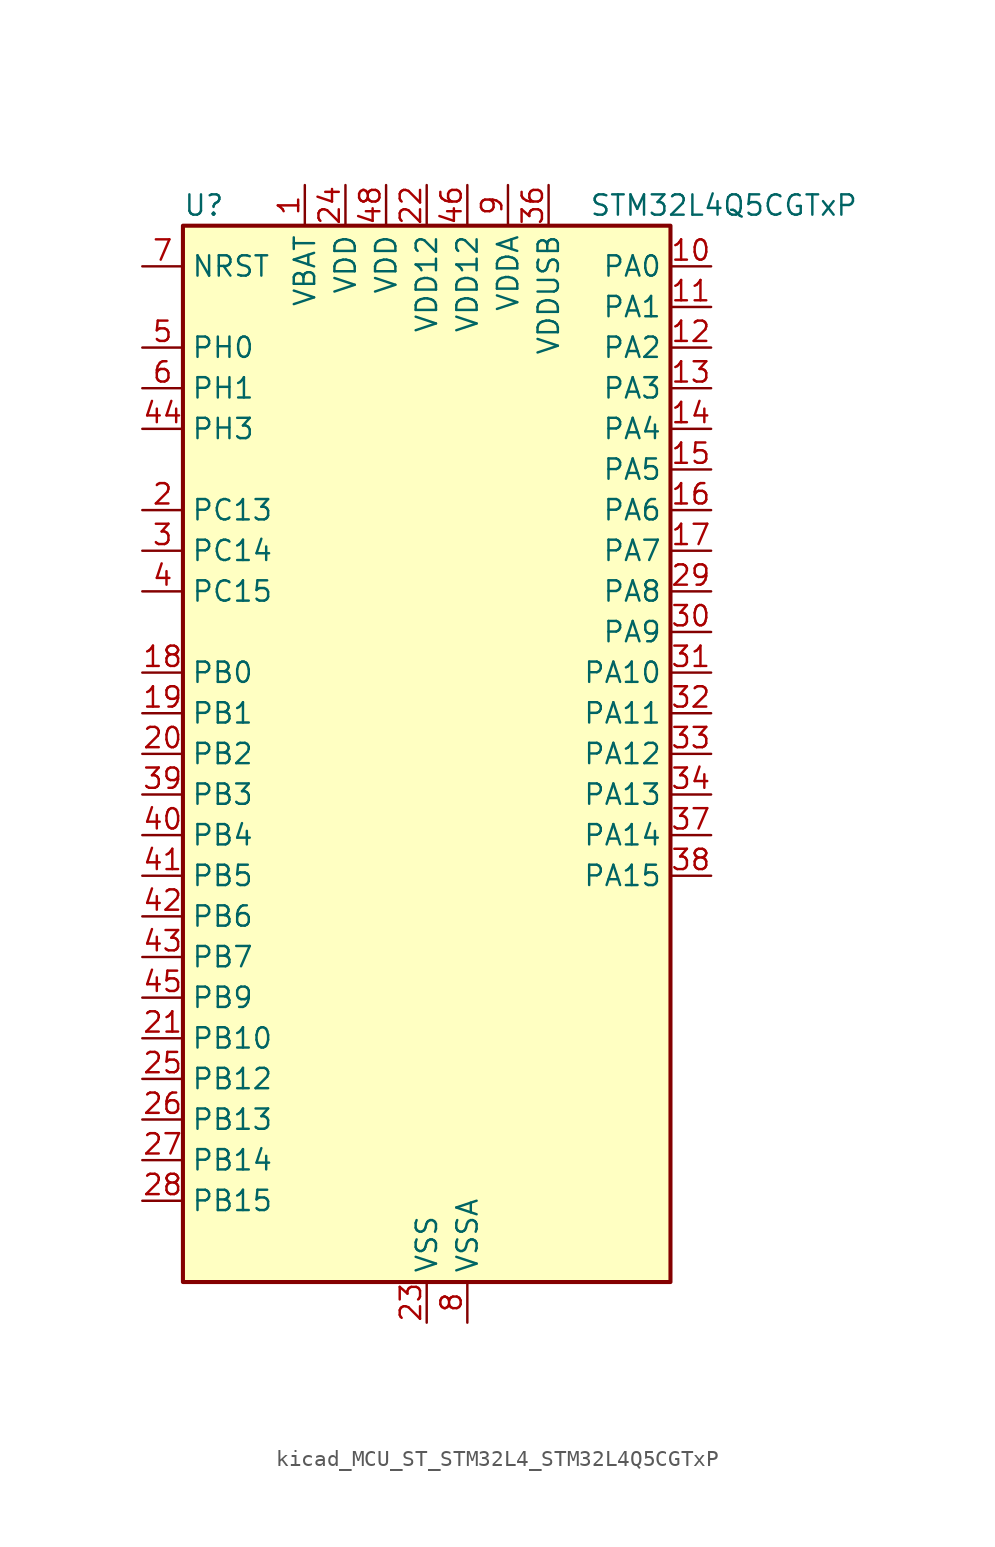
<source format=kicad_sym>
(kicad_symbol_lib
  (version 20220914)
  (generator kicad_symbol_editor)
  (symbol "kicad_MCU_ST_STM32L4_STM32L4Q5CGTxP"
    (property "Reference" "U"
      (at -15.24 34.29 0)
      (effects (font (size 1.27 1.27)) (justify left)))
    (property "Value" "STM32L4Q5CGTxP"
      (at 10.16 34.29 0)
      (effects (font (size 1.27 1.27)) (justify left)))
    (property "ki_locked" ""
      (at 0 0 0)
      (effects (font (size 1.27 1.27))))
    (symbol "kicad_MCU_ST_STM32L4_STM32L4Q5CGTxP_0_1"
      (rectangle (start -15.24 -33.02) (end 15.24 33.02) (stroke (width 0.254) (type default)) (fill (type background))))
    (symbol "kicad_MCU_ST_STM32L4_STM32L4Q5CGTxP_1_1"
      (pin power_in line (at -7.62 35.56 270) (length 2.54) (name "VBAT" (effects (font (size 1.27 1.27)))) (number "1" (effects (font (size 1.27 1.27)))))
      (pin bidirectional line (at 17.78 30.48 180) (length 2.54) (name "PA0" (effects (font (size 1.27 1.27)))) (number "10" (effects (font (size 1.27 1.27)))) (alternate "ADC1_IN5" bidirectional line) (alternate "ADC2_IN5" bidirectional line) (alternate "OPAMP1_VINP" bidirectional line) (alternate "RTC_TAMP2" bidirectional line) (alternate "SAI1_EXTCLK" bidirectional line) (alternate "SYS_WKUP1" bidirectional line) (alternate "TIM2_CH1" bidirectional line) (alternate "TIM2_ETR" bidirectional line) (alternate "TIM5_CH1" bidirectional line) (alternate "TIM8_ETR" bidirectional line) (alternate "UART4_TX" bidirectional line) (alternate "USART2_CTS" bidirectional line) (alternate "USART2_NSS" bidirectional line))
      (pin bidirectional line (at 17.78 27.94 180) (length 2.54) (name "PA1" (effects (font (size 1.27 1.27)))) (number "11" (effects (font (size 1.27 1.27)))) (alternate "ADC1_IN6" bidirectional line) (alternate "ADC2_IN6" bidirectional line) (alternate "I2C1_SMBA" bidirectional line) (alternate "OCTOSPIM_P1_DQS" bidirectional line) (alternate "OPAMP1_VINM" bidirectional line) (alternate "SDMMC2_CMD" bidirectional line) (alternate "SPI1_SCK" bidirectional line) (alternate "TIM15_CH1N" bidirectional line) (alternate "TIM2_CH2" bidirectional line) (alternate "TIM5_CH2" bidirectional line) (alternate "UART4_RX" bidirectional line) (alternate "USART2_DE" bidirectional line) (alternate "USART2_RTS" bidirectional line))
      (pin bidirectional line (at 17.78 25.4 180) (length 2.54) (name "PA2" (effects (font (size 1.27 1.27)))) (number "12" (effects (font (size 1.27 1.27)))) (alternate "ADC1_IN7" bidirectional line) (alternate "ADC2_IN7" bidirectional line) (alternate "LPUART1_TX" bidirectional line) (alternate "OCTOSPIM_P1_NCS" bidirectional line) (alternate "RCC_LSCO" bidirectional line) (alternate "SAI2_EXTCLK" bidirectional line) (alternate "SYS_WKUP4" bidirectional line) (alternate "TIM15_CH1" bidirectional line) (alternate "TIM2_CH3" bidirectional line) (alternate "TIM5_CH3" bidirectional line) (alternate "USART2_TX" bidirectional line))
      (pin bidirectional line (at 17.78 22.86 180) (length 2.54) (name "PA3" (effects (font (size 1.27 1.27)))) (number "13" (effects (font (size 1.27 1.27)))) (alternate "ADC1_IN8" bidirectional line) (alternate "ADC2_IN8" bidirectional line) (alternate "LPUART1_RX" bidirectional line) (alternate "OCTOSPIM_P1_CLK" bidirectional line) (alternate "OPAMP1_VOUT" bidirectional line) (alternate "SAI1_CK1" bidirectional line) (alternate "SAI1_MCLK_A" bidirectional line) (alternate "TIM15_CH2" bidirectional line) (alternate "TIM2_CH4" bidirectional line) (alternate "TIM5_CH4" bidirectional line) (alternate "USART2_RX" bidirectional line))
      (pin bidirectional line (at 17.78 20.32 180) (length 2.54) (name "PA4" (effects (font (size 1.27 1.27)))) (number "14" (effects (font (size 1.27 1.27)))) (alternate "ADC1_IN9" bidirectional line) (alternate "ADC2_IN9" bidirectional line) (alternate "DAC1_OUT1" bidirectional line) (alternate "LPTIM2_OUT" bidirectional line) (alternate "LTDC_CLK" bidirectional line) (alternate "OCTOSPIM_P1_NCS" bidirectional line) (alternate "SAI1_FS_B" bidirectional line) (alternate "SPI1_NSS" bidirectional line) (alternate "SPI3_NSS" bidirectional line) (alternate "USART2_CK" bidirectional line))
      (pin bidirectional line (at 17.78 17.78 180) (length 2.54) (name "PA5" (effects (font (size 1.27 1.27)))) (number "15" (effects (font (size 1.27 1.27)))) (alternate "ADC1_IN10" bidirectional line) (alternate "ADC2_IN10" bidirectional line) (alternate "DAC1_OUT2" bidirectional line) (alternate "LPTIM2_ETR" bidirectional line) (alternate "LTDC_R7" bidirectional line) (alternate "SPI1_SCK" bidirectional line) (alternate "TIM2_CH1" bidirectional line) (alternate "TIM2_ETR" bidirectional line) (alternate "TIM8_CH1N" bidirectional line))
      (pin bidirectional line (at 17.78 15.24 180) (length 2.54) (name "PA6" (effects (font (size 1.27 1.27)))) (number "16" (effects (font (size 1.27 1.27)))) (alternate "ADC1_IN11" bidirectional line) (alternate "ADC2_IN11" bidirectional line) (alternate "LPUART1_CTS" bidirectional line) (alternate "OCTOSPIM_P1_IO3" bidirectional line) (alternate "OPAMP2_VINP" bidirectional line) (alternate "SPI1_MISO" bidirectional line) (alternate "TIM16_CH1" bidirectional line) (alternate "TIM1_BKIN" bidirectional line) (alternate "TIM3_CH1" bidirectional line) (alternate "TIM8_BKIN" bidirectional line) (alternate "USART3_CTS" bidirectional line) (alternate "USART3_NSS" bidirectional line))
      (pin bidirectional line (at 17.78 12.7 180) (length 2.54) (name "PA7" (effects (font (size 1.27 1.27)))) (number "17" (effects (font (size 1.27 1.27)))) (alternate "ADC1_IN12" bidirectional line) (alternate "ADC2_IN12" bidirectional line) (alternate "I2C3_SCL" bidirectional line) (alternate "OCTOSPIM_P1_IO2" bidirectional line) (alternate "OPAMP2_VINM" bidirectional line) (alternate "SPI1_MOSI" bidirectional line) (alternate "TIM17_CH1" bidirectional line) (alternate "TIM1_CH1N" bidirectional line) (alternate "TIM3_CH2" bidirectional line) (alternate "TIM8_CH1N" bidirectional line))
      (pin bidirectional line (at -17.78 5.08 0) (length 2.54) (name "PB0" (effects (font (size 1.27 1.27)))) (number "18" (effects (font (size 1.27 1.27)))) (alternate "ADC1_IN15" bidirectional line) (alternate "ADC2_IN15" bidirectional line) (alternate "COMP1_OUT" bidirectional line) (alternate "LTDC_B6" bidirectional line) (alternate "OCTOSPIM_P1_IO1" bidirectional line) (alternate "OPAMP2_VOUT" bidirectional line) (alternate "SAI1_EXTCLK" bidirectional line) (alternate "SPI1_NSS" bidirectional line) (alternate "TIM1_CH2N" bidirectional line) (alternate "TIM3_CH3" bidirectional line) (alternate "TIM8_CH2N" bidirectional line) (alternate "USART3_CK" bidirectional line))
      (pin bidirectional line (at -17.78 2.54 0) (length 2.54) (name "PB1" (effects (font (size 1.27 1.27)))) (number "19" (effects (font (size 1.27 1.27)))) (alternate "ADC1_IN16" bidirectional line) (alternate "ADC2_IN16" bidirectional line) (alternate "COMP1_INM" bidirectional line) (alternate "DFSDM1_DATIN0" bidirectional line) (alternate "LPTIM2_IN1" bidirectional line) (alternate "LPUART1_DE" bidirectional line) (alternate "LPUART1_RTS" bidirectional line) (alternate "LTDC_G6" bidirectional line) (alternate "OCTOSPIM_P1_IO0" bidirectional line) (alternate "TIM1_CH3N" bidirectional line) (alternate "TIM3_CH4" bidirectional line) (alternate "TIM8_CH3N" bidirectional line) (alternate "USART3_DE" bidirectional line) (alternate "USART3_RTS" bidirectional line))
      (pin bidirectional line (at -17.78 15.24 0) (length 2.54) (name "PC13" (effects (font (size 1.27 1.27)))) (number "2" (effects (font (size 1.27 1.27)))) (alternate "RTC_OUT1" bidirectional line) (alternate "RTC_TAMP1" bidirectional line) (alternate "RTC_TS" bidirectional line) (alternate "SYS_WKUP2" bidirectional line))
      (pin bidirectional line (at -17.78 0 0) (length 2.54) (name "PB2" (effects (font (size 1.27 1.27)))) (number "20" (effects (font (size 1.27 1.27)))) (alternate "COMP1_INP" bidirectional line) (alternate "DFSDM1_CKIN0" bidirectional line) (alternate "I2C3_SMBA" bidirectional line) (alternate "LPTIM1_OUT" bidirectional line) (alternate "OCTOSPIM_P1_DQS" bidirectional line) (alternate "RTC_OUT2" bidirectional line))
      (pin bidirectional line (at -17.78 -17.78 0) (length 2.54) (name "PB10" (effects (font (size 1.27 1.27)))) (number "21" (effects (font (size 1.27 1.27)))) (alternate "COMP1_OUT" bidirectional line) (alternate "I2C2_SCL" bidirectional line) (alternate "I2C4_SCL" bidirectional line) (alternate "LPUART1_RX" bidirectional line) (alternate "OCTOSPIM_P1_CLK" bidirectional line) (alternate "OCTOSPIM_P1_IO3" bidirectional line) (alternate "SAI1_SCK_A" bidirectional line) (alternate "SPI2_SCK" bidirectional line) (alternate "TIM2_CH3" bidirectional line) (alternate "TSC_SYNC" bidirectional line) (alternate "USART3_TX" bidirectional line))
      (pin power_in line (at 0 35.56 270) (length 2.54) (name "VDD12" (effects (font (size 1.27 1.27)))) (number "22" (effects (font (size 1.27 1.27)))))
      (pin power_in line (at 0 -35.56 90) (length 2.54) (name "VSS" (effects (font (size 1.27 1.27)))) (number "23" (effects (font (size 1.27 1.27)))))
      (pin power_in line (at -5.08 35.56 270) (length 2.54) (name "VDD" (effects (font (size 1.27 1.27)))) (number "24" (effects (font (size 1.27 1.27)))))
      (pin bidirectional line (at -17.78 -20.32 0) (length 2.54) (name "PB12" (effects (font (size 1.27 1.27)))) (number "25" (effects (font (size 1.27 1.27)))) (alternate "DFSDM1_DATIN1" bidirectional line) (alternate "I2C2_SMBA" bidirectional line) (alternate "LPUART1_DE" bidirectional line) (alternate "LPUART1_RTS" bidirectional line) (alternate "OCTOSPIM_P1_NCLK" bidirectional line) (alternate "SAI2_FS_A" bidirectional line) (alternate "SDMMC2_CK" bidirectional line) (alternate "SPI2_NSS" bidirectional line) (alternate "TIM15_BKIN" bidirectional line) (alternate "TIM1_BKIN" bidirectional line) (alternate "TSC_G1_IO1" bidirectional line) (alternate "USART3_CK" bidirectional line))
      (pin bidirectional line (at -17.78 -22.86 0) (length 2.54) (name "PB13" (effects (font (size 1.27 1.27)))) (number "26" (effects (font (size 1.27 1.27)))) (alternate "DFSDM1_CKIN1" bidirectional line) (alternate "I2C2_SCL" bidirectional line) (alternate "LPUART1_CTS" bidirectional line) (alternate "OCTOSPIM_P1_IO1" bidirectional line) (alternate "SAI2_SCK_A" bidirectional line) (alternate "SPI2_SCK" bidirectional line) (alternate "TIM15_CH1N" bidirectional line) (alternate "TIM1_CH1N" bidirectional line) (alternate "TSC_G1_IO2" bidirectional line) (alternate "USART3_CTS" bidirectional line) (alternate "USART3_NSS" bidirectional line))
      (pin bidirectional line (at -17.78 -25.4 0) (length 2.54) (name "PB14" (effects (font (size 1.27 1.27)))) (number "27" (effects (font (size 1.27 1.27)))) (alternate "DFSDM1_DATIN2" bidirectional line) (alternate "I2C2_SDA" bidirectional line) (alternate "OCTOSPIM_P1_IO6" bidirectional line) (alternate "SAI2_MCLK_A" bidirectional line) (alternate "SDMMC2_D0" bidirectional line) (alternate "SPI2_MISO" bidirectional line) (alternate "TIM15_CH1" bidirectional line) (alternate "TIM1_CH2N" bidirectional line) (alternate "TIM8_CH2N" bidirectional line) (alternate "TSC_G1_IO3" bidirectional line) (alternate "USART3_DE" bidirectional line) (alternate "USART3_RTS" bidirectional line))
      (pin bidirectional line (at -17.78 -27.94 0) (length 2.54) (name "PB15" (effects (font (size 1.27 1.27)))) (number "28" (effects (font (size 1.27 1.27)))) (alternate "ADC1_EXTI15" bidirectional line) (alternate "ADC2_EXTI15" bidirectional line) (alternate "DFSDM1_CKIN2" bidirectional line) (alternate "OCTOSPIM_P1_IO7" bidirectional line) (alternate "RTC_REFIN" bidirectional line) (alternate "SAI2_SD_A" bidirectional line) (alternate "SDMMC2_D1" bidirectional line) (alternate "SPI2_MOSI" bidirectional line) (alternate "TIM15_CH2" bidirectional line) (alternate "TIM1_CH3N" bidirectional line) (alternate "TIM8_CH3N" bidirectional line) (alternate "TSC_G1_IO4" bidirectional line))
      (pin bidirectional line (at 17.78 10.16 180) (length 2.54) (name "PA8" (effects (font (size 1.27 1.27)))) (number "29" (effects (font (size 1.27 1.27)))) (alternate "LPTIM2_OUT" bidirectional line) (alternate "LTDC_B7" bidirectional line) (alternate "RCC_MCO" bidirectional line) (alternate "SAI1_CK2" bidirectional line) (alternate "SAI1_SCK_A" bidirectional line) (alternate "TIM1_CH1" bidirectional line) (alternate "USART1_CK" bidirectional line) (alternate "USB_OTG_FS_SOF" bidirectional line))
      (pin bidirectional line (at -17.78 12.7 0) (length 2.54) (name "PC14" (effects (font (size 1.27 1.27)))) (number "3" (effects (font (size 1.27 1.27)))) (alternate "RCC_OSC32_IN" bidirectional line))
      (pin bidirectional line (at 17.78 7.62 180) (length 2.54) (name "PA9" (effects (font (size 1.27 1.27)))) (number "30" (effects (font (size 1.27 1.27)))) (alternate "DAC1_EXTI9" bidirectional line) (alternate "LTDC_G7" bidirectional line) (alternate "SAI1_FS_A" bidirectional line) (alternate "SPI2_SCK" bidirectional line) (alternate "TIM15_BKIN" bidirectional line) (alternate "TIM1_CH2" bidirectional line) (alternate "USART1_TX" bidirectional line) (alternate "USB_OTG_FS_VBUS" bidirectional line))
      (pin bidirectional line (at 17.78 5.08 180) (length 2.54) (name "PA10" (effects (font (size 1.27 1.27)))) (number "31" (effects (font (size 1.27 1.27)))) (alternate "LTDC_G6" bidirectional line) (alternate "SAI1_D1" bidirectional line) (alternate "SAI1_SD_A" bidirectional line) (alternate "TIM17_BKIN" bidirectional line) (alternate "TIM1_CH3" bidirectional line) (alternate "USART1_RX" bidirectional line) (alternate "USB_OTG_FS_ID" bidirectional line))
      (pin bidirectional line (at 17.78 2.54 180) (length 2.54) (name "PA11" (effects (font (size 1.27 1.27)))) (number "32" (effects (font (size 1.27 1.27)))) (alternate "ADC1_EXTI11" bidirectional line) (alternate "ADC2_EXTI11" bidirectional line) (alternate "CAN1_RX" bidirectional line) (alternate "LTDC_DE" bidirectional line) (alternate "SPI1_MISO" bidirectional line) (alternate "TIM1_BKIN2" bidirectional line) (alternate "TIM1_CH4" bidirectional line) (alternate "USART1_CTS" bidirectional line) (alternate "USART1_NSS" bidirectional line) (alternate "USB_OTG_FS_DM" bidirectional line))
      (pin bidirectional line (at 17.78 0 180) (length 2.54) (name "PA12" (effects (font (size 1.27 1.27)))) (number "33" (effects (font (size 1.27 1.27)))) (alternate "CAN1_TX" bidirectional line) (alternate "LTDC_VSYNC" bidirectional line) (alternate "OCTOSPIM_P2_NCS" bidirectional line) (alternate "SPI1_MOSI" bidirectional line) (alternate "TIM1_ETR" bidirectional line) (alternate "USART1_DE" bidirectional line) (alternate "USART1_RTS" bidirectional line) (alternate "USB_OTG_FS_DP" bidirectional line))
      (pin bidirectional line (at 17.78 -2.54 180) (length 2.54) (name "PA13" (effects (font (size 1.27 1.27)))) (number "34" (effects (font (size 1.27 1.27)))) (alternate "IR_OUT" bidirectional line) (alternate "SAI1_SD_B" bidirectional line) (alternate "SYS_JTMS-SWDIO" bidirectional line) (alternate "USB_OTG_FS_NOE" bidirectional line))
      (pin passive line (at 0 -35.56 90) (length 2.54) hide (name "VSS" (effects (font (size 1.27 1.27)))) (number "35" (effects (font (size 1.27 1.27)))))
      (pin power_in line (at 7.62 35.56 270) (length 2.54) (name "VDDUSB" (effects (font (size 1.27 1.27)))) (number "36" (effects (font (size 1.27 1.27)))))
      (pin bidirectional line (at 17.78 -5.08 180) (length 2.54) (name "PA14" (effects (font (size 1.27 1.27)))) (number "37" (effects (font (size 1.27 1.27)))) (alternate "I2C1_SMBA" bidirectional line) (alternate "I2C4_SMBA" bidirectional line) (alternate "LPTIM1_OUT" bidirectional line) (alternate "SAI1_FS_B" bidirectional line) (alternate "SYS_JTCK-SWCLK" bidirectional line) (alternate "USB_OTG_FS_SOF" bidirectional line))
      (pin bidirectional line (at 17.78 -7.62 180) (length 2.54) (name "PA15" (effects (font (size 1.27 1.27)))) (number "38" (effects (font (size 1.27 1.27)))) (alternate "ADC1_EXTI15" bidirectional line) (alternate "ADC2_EXTI15" bidirectional line) (alternate "LTDC_HSYNC" bidirectional line) (alternate "SAI2_FS_B" bidirectional line) (alternate "SPI1_NSS" bidirectional line) (alternate "SPI3_NSS" bidirectional line) (alternate "SYS_JTDI" bidirectional line) (alternate "TIM2_CH1" bidirectional line) (alternate "TIM2_ETR" bidirectional line) (alternate "TSC_G3_IO1" bidirectional line) (alternate "UART4_DE" bidirectional line) (alternate "UART4_RTS" bidirectional line) (alternate "USART2_RX" bidirectional line) (alternate "USART3_DE" bidirectional line) (alternate "USART3_RTS" bidirectional line))
      (pin bidirectional line (at -17.78 -2.54 0) (length 2.54) (name "PB3" (effects (font (size 1.27 1.27)))) (number "39" (effects (font (size 1.27 1.27)))) (alternate "COMP2_INM" bidirectional line) (alternate "CRS_SYNC" bidirectional line) (alternate "OCTOSPIM_P1_IO4" bidirectional line) (alternate "SAI1_SCK_B" bidirectional line) (alternate "SDMMC2_D2" bidirectional line) (alternate "SPI1_SCK" bidirectional line) (alternate "SPI3_SCK" bidirectional line) (alternate "SYS_JTDO-SWO" bidirectional line) (alternate "TIM2_CH2" bidirectional line) (alternate "USART1_DE" bidirectional line) (alternate "USART1_RTS" bidirectional line))
      (pin bidirectional line (at -17.78 10.16 0) (length 2.54) (name "PC15" (effects (font (size 1.27 1.27)))) (number "4" (effects (font (size 1.27 1.27)))) (alternate "ADC1_EXTI15" bidirectional line) (alternate "ADC2_EXTI15" bidirectional line) (alternate "RCC_OSC32_OUT" bidirectional line))
      (pin bidirectional line (at -17.78 -5.08 0) (length 2.54) (name "PB4" (effects (font (size 1.27 1.27)))) (number "40" (effects (font (size 1.27 1.27)))) (alternate "COMP2_INP" bidirectional line) (alternate "I2C3_SDA" bidirectional line) (alternate "OCTOSPIM_P1_IO5" bidirectional line) (alternate "SAI1_MCLK_B" bidirectional line) (alternate "SDMMC2_D3" bidirectional line) (alternate "SPI1_MISO" bidirectional line) (alternate "SPI3_MISO" bidirectional line) (alternate "SYS_JTRST" bidirectional line) (alternate "TIM17_BKIN" bidirectional line) (alternate "TIM3_CH1" bidirectional line) (alternate "TSC_G2_IO1" bidirectional line) (alternate "USART1_CTS" bidirectional line) (alternate "USART1_NSS" bidirectional line))
      (pin bidirectional line (at -17.78 -7.62 0) (length 2.54) (name "PB5" (effects (font (size 1.27 1.27)))) (number "41" (effects (font (size 1.27 1.27)))) (alternate "COMP2_OUT" bidirectional line) (alternate "I2C1_SMBA" bidirectional line) (alternate "LPTIM1_IN1" bidirectional line) (alternate "OCTOSPIM_P1_IO0" bidirectional line) (alternate "SAI1_SD_B" bidirectional line) (alternate "SPI1_MOSI" bidirectional line) (alternate "SPI3_MOSI" bidirectional line) (alternate "TIM16_BKIN" bidirectional line) (alternate "TIM3_CH2" bidirectional line) (alternate "TSC_G2_IO2" bidirectional line) (alternate "USART1_CK" bidirectional line))
      (pin bidirectional line (at -17.78 -10.16 0) (length 2.54) (name "PB6" (effects (font (size 1.27 1.27)))) (number "42" (effects (font (size 1.27 1.27)))) (alternate "COMP2_INP" bidirectional line) (alternate "I2C1_SCL" bidirectional line) (alternate "I2C4_SCL" bidirectional line) (alternate "LPTIM1_ETR" bidirectional line) (alternate "LTDC_R6" bidirectional line) (alternate "SAI1_FS_B" bidirectional line) (alternate "TIM16_CH1N" bidirectional line) (alternate "TIM4_CH1" bidirectional line) (alternate "TIM8_BKIN2" bidirectional line) (alternate "TSC_G2_IO3" bidirectional line) (alternate "USART1_TX" bidirectional line))
      (pin bidirectional line (at -17.78 -12.7 0) (length 2.54) (name "PB7" (effects (font (size 1.27 1.27)))) (number "43" (effects (font (size 1.27 1.27)))) (alternate "COMP2_INM" bidirectional line) (alternate "I2C1_SDA" bidirectional line) (alternate "I2C4_SDA" bidirectional line) (alternate "LPTIM1_IN2" bidirectional line) (alternate "LTDC_VSYNC" bidirectional line) (alternate "SYS_PVD_IN" bidirectional line) (alternate "TIM17_CH1N" bidirectional line) (alternate "TIM4_CH2" bidirectional line) (alternate "TIM8_BKIN" bidirectional line) (alternate "TSC_G2_IO4" bidirectional line) (alternate "UART4_CTS" bidirectional line) (alternate "USART1_RX" bidirectional line))
      (pin bidirectional line (at -17.78 20.32 0) (length 2.54) (name "PH3" (effects (font (size 1.27 1.27)))) (number "44" (effects (font (size 1.27 1.27)))))
      (pin bidirectional line (at -17.78 -15.24 0) (length 2.54) (name "PB9" (effects (font (size 1.27 1.27)))) (number "45" (effects (font (size 1.27 1.27)))) (alternate "CAN1_TX" bidirectional line) (alternate "DAC1_EXTI9" bidirectional line) (alternate "I2C1_SDA" bidirectional line) (alternate "IR_OUT" bidirectional line) (alternate "SAI1_D2" bidirectional line) (alternate "SAI1_FS_A" bidirectional line) (alternate "SDMMC2_D5" bidirectional line) (alternate "SPI2_NSS" bidirectional line) (alternate "TIM17_CH1" bidirectional line) (alternate "TIM4_CH4" bidirectional line))
      (pin power_in line (at 2.54 35.56 270) (length 2.54) (name "VDD12" (effects (font (size 1.27 1.27)))) (number "46" (effects (font (size 1.27 1.27)))))
      (pin passive line (at 0 -35.56 90) (length 2.54) hide (name "VSS" (effects (font (size 1.27 1.27)))) (number "47" (effects (font (size 1.27 1.27)))))
      (pin power_in line (at -2.54 35.56 270) (length 2.54) (name "VDD" (effects (font (size 1.27 1.27)))) (number "48" (effects (font (size 1.27 1.27)))))
      (pin bidirectional line (at -17.78 25.4 0) (length 2.54) (name "PH0" (effects (font (size 1.27 1.27)))) (number "5" (effects (font (size 1.27 1.27)))) (alternate "RCC_OSC_IN" bidirectional line))
      (pin bidirectional line (at -17.78 22.86 0) (length 2.54) (name "PH1" (effects (font (size 1.27 1.27)))) (number "6" (effects (font (size 1.27 1.27)))) (alternate "RCC_OSC_OUT" bidirectional line))
      (pin input line (at -17.78 30.48 0) (length 2.54) (name "NRST" (effects (font (size 1.27 1.27)))) (number "7" (effects (font (size 1.27 1.27)))))
      (pin power_in line (at 2.54 -35.56 90) (length 2.54) (name "VSSA" (effects (font (size 1.27 1.27)))) (number "8" (effects (font (size 1.27 1.27)))))
      (pin power_in line (at 5.08 35.56 270) (length 2.54) (name "VDDA" (effects (font (size 1.27 1.27)))) (number "9" (effects (font (size 1.27 1.27))))))))
</source>
